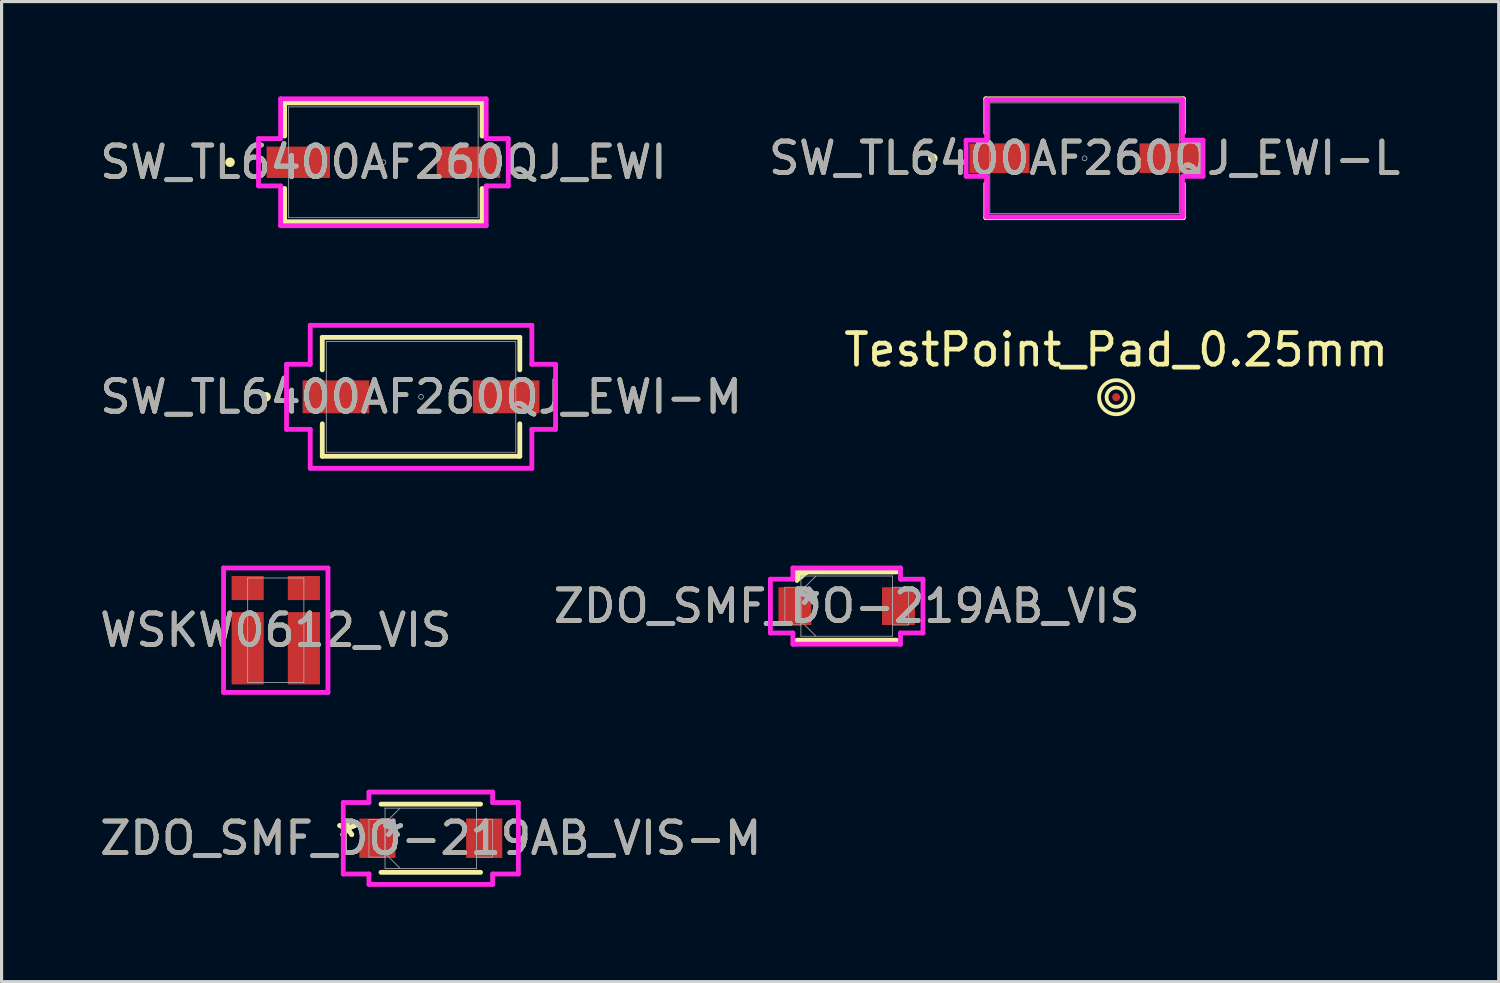
<source format=kicad_pcb>
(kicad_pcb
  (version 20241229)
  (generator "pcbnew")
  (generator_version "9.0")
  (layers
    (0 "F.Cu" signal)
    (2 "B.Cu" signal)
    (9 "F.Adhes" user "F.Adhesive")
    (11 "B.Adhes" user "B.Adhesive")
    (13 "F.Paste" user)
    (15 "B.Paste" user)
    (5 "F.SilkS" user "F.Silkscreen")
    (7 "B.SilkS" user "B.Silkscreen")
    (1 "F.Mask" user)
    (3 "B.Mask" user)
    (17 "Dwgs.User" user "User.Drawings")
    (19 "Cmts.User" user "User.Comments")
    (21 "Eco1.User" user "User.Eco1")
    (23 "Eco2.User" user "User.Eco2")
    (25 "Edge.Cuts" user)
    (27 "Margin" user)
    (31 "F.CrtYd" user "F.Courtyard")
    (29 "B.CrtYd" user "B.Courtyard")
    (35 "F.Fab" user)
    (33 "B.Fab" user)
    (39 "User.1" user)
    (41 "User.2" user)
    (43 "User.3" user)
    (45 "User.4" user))
  (footprint "TestPoint_Pad_0.25mm"
    (layer "F.Cu")
    (at 32.256 8.514)
    (property "Reference" "TestPoint_Pad_0.25mm" (at 0 -0.5 0) (unlocked yes) (layer "F.SilkS") (effects (font (size 1 1) (thickness 0.15))))
    (attr smd)
    (fp_circle (center 0 1) (end 0.241 0.815) (stroke (width 0.12) (type default)) (fill no) (layer "F.SilkS"))
    (fp_circle (center 0 1) (end 0.459 0.718) (stroke (width 0.12) (type default)) (fill no) (layer "F.SilkS"))
    (pad "1" smd circle (at 0 1) (size 0.25 0.25) (layers "F.Cu" "F.Mask" "F.Paste")))
  (footprint "ZDO_SMF_DO-219AB_VIS"
    (layer "F.Cu")
    (at 23.732 16.122)
    (property "Reference" "ZDO_SMF_DO-219AB_VIS" (at 0 0 0) (unlocked yes) (layer "F.SilkS") (effects (font (size 1 1) (thickness 0.15))))
    (attr smd)
    (fp_line (start -1.575 -0.8) (end -1.275 -1.05) (stroke (width 0.12) (type default)) (layer "F.SilkS"))
    (fp_line (start -1.575 -1.079) (end -1.575 -0.8) (stroke (width 0.12) (type default)) (layer "F.SilkS"))
    (fp_line (start -1.575 1.079) (end 1.575 1.079) (stroke (width 0.152) (type solid)) (layer "F.SilkS"))
    (fp_line (start -1.275 -1.05) (end -1.575 -1.079) (stroke (width 0.12) (type default)) (layer "F.SilkS"))
    (fp_line (start 1.575 -1.079) (end -1.575 -1.079) (stroke (width 0.152) (type solid)) (layer "F.SilkS"))
    (fp_poly (pts (xy -1.425 -1.065) (xy -1.575 -0.94) (xy -1.425 -0.925)) (stroke (width 0.12) (type solid)) (fill yes) (layer "F.SilkS"))
    (fp_line (start -2.413 -0.851) (end -1.702 -0.851) (stroke (width 0.152) (type solid)) (layer "F.CrtYd"))
    (fp_line (start -2.413 0.851) (end -2.413 -0.851) (stroke (width 0.152) (type solid)) (layer "F.CrtYd"))
    (fp_line (start -1.702 -1.206) (end 1.702 -1.206) (stroke (width 0.152) (type solid)) (layer "F.CrtYd"))
    (fp_line (start -1.702 -0.851) (end -1.702 -1.206) (stroke (width 0.152) (type solid)) (layer "F.CrtYd"))
    (fp_line (start -1.702 0.851) (end -2.413 0.851) (stroke (width 0.152) (type solid)) (layer "F.CrtYd"))
    (fp_line (start -1.702 1.206) (end -1.702 0.851) (stroke (width 0.152) (type solid)) (layer "F.CrtYd"))
    (fp_line (start 1.702 -1.206) (end 1.702 -0.851) (stroke (width 0.152) (type solid)) (layer "F.CrtYd"))
    (fp_line (start 1.702 -0.851) (end 2.413 -0.851) (stroke (width 0.152) (type solid)) (layer "F.CrtYd"))
    (fp_line (start 1.702 0.851) (end 1.702 1.206) (stroke (width 0.152) (type solid)) (layer "F.CrtYd"))
    (fp_line (start 1.702 1.206) (end -1.702 1.206) (stroke (width 0.152) (type solid)) (layer "F.CrtYd"))
    (fp_line (start 2.413 -0.851) (end 2.413 0.851) (stroke (width 0.152) (type solid)) (layer "F.CrtYd"))
    (fp_line (start 2.413 0.851) (end 1.702 0.851) (stroke (width 0.152) (type solid)) (layer "F.CrtYd"))
    (fp_line (start -1.956 -0.597) (end -1.956 0.597) (stroke (width 0.025) (type solid)) (layer "F.Fab"))
    (fp_line (start -1.956 0.597) (end -1.448 0.597) (stroke (width 0.025) (type solid)) (layer "F.Fab"))
    (fp_line (start -1.448 -0.953) (end -1.448 0.953) (stroke (width 0.025) (type solid)) (layer "F.Fab"))
    (fp_line (start -1.448 -0.597) (end -1.956 -0.597) (stroke (width 0.025) (type solid)) (layer "F.Fab"))
    (fp_line (start -1.448 -0.476) (end -0.972 -0.953) (stroke (width 0.025) (type solid)) (layer "F.Fab"))
    (fp_line (start -1.448 0.476) (end -0.972 0.953) (stroke (width 0.025) (type solid)) (layer "F.Fab"))
    (fp_line (start -1.448 0.597) (end -1.448 -0.597) (stroke (width 0.025) (type solid)) (layer "F.Fab"))
    (fp_line (start -1.448 0.953) (end 1.448 0.953) (stroke (width 0.025) (type solid)) (layer "F.Fab"))
    (fp_line (start 1.448 -0.953) (end -1.448 -0.953) (stroke (width 0.025) (type solid)) (layer "F.Fab"))
    (fp_line (start 1.448 -0.597) (end 1.448 0.597) (stroke (width 0.025) (type solid)) (layer "F.Fab"))
    (fp_line (start 1.448 0.597) (end 1.956 0.597) (stroke (width 0.025) (type solid)) (layer "F.Fab"))
    (fp_line (start 1.448 0.953) (end 1.448 -0.953) (stroke (width 0.025) (type solid)) (layer "F.Fab"))
    (fp_line (start 1.956 -0.597) (end 1.448 -0.597) (stroke (width 0.025) (type solid)) (layer "F.Fab"))
    (fp_line (start 1.956 0.597) (end 1.956 -0.597) (stroke (width 0.025) (type solid)) (layer "F.Fab"))
    (fp_text user "*" (at -1.194 0 0) (unlocked yes) (layer "F.Fab") (effects (font (size 1 1) (thickness 0.15))))
    (fp_text user "${REFERENCE}" (at 0 0 0) (unlocked yes) (layer "F.Fab") (effects (font (size 1 1) (thickness 0.15))))
    (fp_text user "*" (at -1.194 0 0) (layer "F.Fab") (effects (font (size 1 1) (thickness 0.15))))
    (pad "1" smd rect (at -1.638 0) (size 1.041 1.194) (layers "F.Cu" "F.Mask" "F.Paste"))
    (pad "2" smd rect (at 1.638 0) (size 1.041 1.194) (layers "F.Cu" "F.Mask" "F.Paste"))
    (zone (net_name "") (layer "F.Cu") (hatch full 0.508) (connect_pads) (min_thickness 0.254) (filled_areas_thickness no) (keepout (tracks not_allowed) (vias not_allowed) (pads allowed) (copperpour not_allowed) (footprints allowed)) (placement (enabled no)) (fill) (polygon (pts (xy 22.665 15.22) (xy 24.799 15.22) (xy 24.799 17.024) (xy 22.665 17.024)))))
  (footprint "SW_TL6400AF260QJ_EWI-M"
    (layer "F.Cu")
    (at 10.268 9.502)
    (property "Reference" "SW_TL6400AF260QJ_EWI-M" (at 0 0 0) (unlocked yes) (layer "F.SilkS") (effects (font (size 1 1) (thickness 0.15))))
    (attr smd)
    (fp_line (start -3.124 -1.88) (end -3.124 -0.853) (stroke (width 0.152) (type solid)) (layer "F.SilkS"))
    (fp_line (start -3.124 0.853) (end -3.124 1.88) (stroke (width 0.152) (type solid)) (layer "F.SilkS"))
    (fp_line (start -3.124 1.88) (end 3.124 1.88) (stroke (width 0.152) (type solid)) (layer "F.SilkS"))
    (fp_line (start 3.124 -1.88) (end -3.124 -1.88) (stroke (width 0.152) (type solid)) (layer "F.SilkS"))
    (fp_line (start 3.124 -0.853) (end 3.124 -1.88) (stroke (width 0.152) (type solid)) (layer "F.SilkS"))
    (fp_line (start 3.124 1.88) (end 3.124 0.853) (stroke (width 0.152) (type solid)) (layer "F.SilkS"))
    (fp_circle (center -4.902 0) (end -4.826 0) (stroke (width 0.152) (type solid)) (fill no) (layer "F.SilkS"))
    (fp_line (start -4.255 -1.029) (end -3.505 -1.029) (stroke (width 0.152) (type solid)) (layer "F.CrtYd"))
    (fp_line (start -4.255 1.029) (end -4.255 -1.029) (stroke (width 0.152) (type solid)) (layer "F.CrtYd"))
    (fp_line (start -4.255 1.029) (end -3.505 1.029) (stroke (width 0.152) (type solid)) (layer "F.CrtYd"))
    (fp_line (start -3.505 -2.261) (end 3.505 -2.261) (stroke (width 0.152) (type solid)) (layer "F.CrtYd"))
    (fp_line (start -3.505 -1.029) (end -3.505 -2.261) (stroke (width 0.152) (type solid)) (layer "F.CrtYd"))
    (fp_line (start -3.505 2.261) (end -3.505 1.029) (stroke (width 0.152) (type solid)) (layer "F.CrtYd"))
    (fp_line (start 3.505 -2.261) (end 3.505 -1.029) (stroke (width 0.152) (type solid)) (layer "F.CrtYd"))
    (fp_line (start 3.505 1.029) (end 3.505 2.261) (stroke (width 0.152) (type solid)) (layer "F.CrtYd"))
    (fp_line (start 3.505 2.261) (end -3.505 2.261) (stroke (width 0.152) (type solid)) (layer "F.CrtYd"))
    (fp_line (start 4.255 -1.029) (end 3.505 -1.029) (stroke (width 0.152) (type solid)) (layer "F.CrtYd"))
    (fp_line (start 4.255 -1.029) (end 4.255 1.029) (stroke (width 0.152) (type solid)) (layer "F.CrtYd"))
    (fp_line (start 4.255 1.029) (end 3.505 1.029) (stroke (width 0.152) (type solid)) (layer "F.CrtYd"))
    (fp_line (start -2.997 -1.753) (end -2.997 1.753) (stroke (width 0.025) (type solid)) (layer "F.Fab"))
    (fp_line (start -2.997 1.753) (end 2.997 1.753) (stroke (width 0.025) (type solid)) (layer "F.Fab"))
    (fp_line (start 2.997 -1.753) (end -2.997 -1.753) (stroke (width 0.025) (type solid)) (layer "F.Fab"))
    (fp_line (start 2.997 1.753) (end 2.997 -1.753) (stroke (width 0.025) (type solid)) (layer "F.Fab"))
    (fp_circle (center 0 0) (end 0.076 0) (stroke (width 0.025) (type solid)) (fill no) (layer "F.Fab"))
    (fp_text user "${REFERENCE}" (at 0 0 0) (unlocked yes) (layer "F.Fab") (effects (font (size 1 1) (thickness 0.15))))
    (pad "1" smd rect (at -2.692 0) (size 2.108 1.041) (layers "F.Cu" "F.Mask" "F.Paste"))
    (pad "2" smd rect (at 2.692 0) (size 2.108 1.041) (layers "F.Cu" "F.Mask" "F.Paste")))
  (footprint "ZDO_SMF_DO-219AB_VIS-M"
    (layer "F.Cu")
    (at 10.577 23.465)
    (property "Reference" "ZDO_SMF_DO-219AB_VIS-M" (at 0 0 0) (unlocked yes) (layer "F.SilkS") (effects (font (size 1 1) (thickness 0.15))))
    (attr smd)
    (fp_line (start -1.575 1.079) (end 1.575 1.079) (stroke (width 0.152) (type solid)) (layer "F.SilkS"))
    (fp_line (start 1.575 -1.079) (end -1.575 -1.079) (stroke (width 0.152) (type solid)) (layer "F.SilkS"))
    (fp_line (start -2.769 -1.13) (end -1.956 -1.13) (stroke (width 0.152) (type solid)) (layer "F.CrtYd"))
    (fp_line (start -2.769 1.13) (end -2.769 -1.13) (stroke (width 0.152) (type solid)) (layer "F.CrtYd"))
    (fp_line (start -1.956 -1.46) (end 1.956 -1.46) (stroke (width 0.152) (type solid)) (layer "F.CrtYd"))
    (fp_line (start -1.956 -1.13) (end -1.956 -1.46) (stroke (width 0.152) (type solid)) (layer "F.CrtYd"))
    (fp_line (start -1.956 1.13) (end -2.769 1.13) (stroke (width 0.152) (type solid)) (layer "F.CrtYd"))
    (fp_line (start -1.956 1.46) (end -1.956 1.13) (stroke (width 0.152) (type solid)) (layer "F.CrtYd"))
    (fp_line (start 1.956 -1.46) (end 1.956 -1.13) (stroke (width 0.152) (type solid)) (layer "F.CrtYd"))
    (fp_line (start 1.956 -1.13) (end 2.769 -1.13) (stroke (width 0.152) (type solid)) (layer "F.CrtYd"))
    (fp_line (start 1.956 1.13) (end 1.956 1.46) (stroke (width 0.152) (type solid)) (layer "F.CrtYd"))
    (fp_line (start 1.956 1.46) (end -1.956 1.46) (stroke (width 0.152) (type solid)) (layer "F.CrtYd"))
    (fp_line (start 2.769 -1.13) (end 2.769 1.13) (stroke (width 0.152) (type solid)) (layer "F.CrtYd"))
    (fp_line (start 2.769 1.13) (end 1.956 1.13) (stroke (width 0.152) (type solid)) (layer "F.CrtYd"))
    (fp_line (start -1.956 -0.597) (end -1.956 0.597) (stroke (width 0.025) (type solid)) (layer "F.Fab"))
    (fp_line (start -1.956 0.597) (end -1.448 0.597) (stroke (width 0.025) (type solid)) (layer "F.Fab"))
    (fp_line (start -1.448 -0.953) (end -1.448 0.953) (stroke (width 0.025) (type solid)) (layer "F.Fab"))
    (fp_line (start -1.448 -0.597) (end -1.956 -0.597) (stroke (width 0.025) (type solid)) (layer "F.Fab"))
    (fp_line (start -1.448 -0.476) (end -0.972 -0.953) (stroke (width 0.025) (type solid)) (layer "F.Fab"))
    (fp_line (start -1.448 0.476) (end -0.972 0.953) (stroke (width 0.025) (type solid)) (layer "F.Fab"))
    (fp_line (start -1.448 0.597) (end -1.448 -0.597) (stroke (width 0.025) (type solid)) (layer "F.Fab"))
    (fp_line (start -1.448 0.953) (end 1.448 0.953) (stroke (width 0.025) (type solid)) (layer "F.Fab"))
    (fp_line (start 1.448 -0.953) (end -1.448 -0.953) (stroke (width 0.025) (type solid)) (layer "F.Fab"))
    (fp_line (start 1.448 -0.597) (end 1.448 0.597) (stroke (width 0.025) (type solid)) (layer "F.Fab"))
    (fp_line (start 1.448 0.597) (end 1.956 0.597) (stroke (width 0.025) (type solid)) (layer "F.Fab"))
    (fp_line (start 1.448 0.953) (end 1.448 -0.953) (stroke (width 0.025) (type solid)) (layer "F.Fab"))
    (fp_line (start 1.956 -0.597) (end 1.448 -0.597) (stroke (width 0.025) (type solid)) (layer "F.Fab"))
    (fp_line (start 1.956 0.597) (end 1.956 -0.597) (stroke (width 0.025) (type solid)) (layer "F.Fab"))
    (fp_text user "*" (at -2.642 0 0) (layer "F.SilkS") (effects (font (size 1 1) (thickness 0.15))))
    (fp_text user "*" (at -2.642 0 0) (unlocked yes) (layer "F.SilkS") (effects (font (size 1 1) (thickness 0.15))))
    (fp_text user "${REFERENCE}" (at 0 0 0) (unlocked yes) (layer "F.Fab") (effects (font (size 1 1) (thickness 0.15))))
    (fp_text user "*" (at -1.194 0 0) (unlocked yes) (layer "F.Fab") (effects (font (size 1 1) (thickness 0.15))))
    (fp_text user "*" (at -1.194 0 0) (layer "F.Fab") (effects (font (size 1 1) (thickness 0.15))))
    (pad "1" smd rect (at -1.689 0) (size 1.143 1.245) (layers "F.Cu" "F.Mask" "F.Paste"))
    (pad "2" smd rect (at 1.689 0) (size 1.143 1.245) (layers "F.Cu" "F.Mask" "F.Paste"))
    (zone (net_name "") (layer "F.Cu") (hatch full 0.508) (connect_pads) (min_thickness 0.254) (filled_areas_thickness no) (keepout (tracks not_allowed) (vias not_allowed) (pads allowed) (copperpour not_allowed) (footprints allowed)) (placement (enabled no)) (fill) (polygon (pts (xy 9.511 22.564) (xy 11.644 22.564) (xy 11.644 24.367) (xy 9.511 24.367)))))
  (footprint "WSKW0612_VIS"
    (layer "F.Cu")
    (at 5.673 16.884)
    (property "Reference" "WSKW0612_VIS" (at 0 0 0) (unlocked yes) (layer "F.SilkS") (effects (font (size 1 1) (thickness 0.15))))
    (attr smd)
    (fp_line (start -1.651 -1.968) (end 1.651 -1.968) (stroke (width 0.152) (type solid)) (layer "F.CrtYd"))
    (fp_line (start -1.651 1.968) (end -1.651 -1.968) (stroke (width 0.152) (type solid)) (layer "F.CrtYd"))
    (fp_line (start 1.651 -1.968) (end 1.651 1.968) (stroke (width 0.152) (type solid)) (layer "F.CrtYd"))
    (fp_line (start 1.651 1.968) (end -1.651 1.968) (stroke (width 0.152) (type solid)) (layer "F.CrtYd"))
    (fp_line (start -0.889 -1.651) (end -0.889 1.651) (stroke (width 0.025) (type solid)) (layer "F.Fab"))
    (fp_line (start -0.889 1.651) (end 0.889 1.651) (stroke (width 0.025) (type solid)) (layer "F.Fab"))
    (fp_line (start 0.889 -1.651) (end -0.889 -1.651) (stroke (width 0.025) (type solid)) (layer "F.Fab"))
    (fp_line (start 0.889 1.651) (end 0.889 -1.651) (stroke (width 0.025) (type solid)) (layer "F.Fab"))
    (fp_text user "${REFERENCE}" (at 0 0 0) (unlocked yes) (layer "F.Fab") (effects (font (size 1 1) (thickness 0.15))))
    (pad "1" smd rect (at -0.889 0.572) (size 1.016 2.286) (layers "F.Cu" "F.Mask" "F.Paste"))
    (pad "2" smd rect (at -0.889 -1.333) (size 1.016 0.762) (layers "F.Cu" "F.Mask" "F.Paste"))
    (pad "3" smd rect (at 0.889 -1.333) (size 1.016 0.762) (layers "F.Cu" "F.Mask" "F.Paste"))
    (pad "4" smd rect (at 0.889 0.572) (size 1.016 2.286) (layers "F.Cu" "F.Mask" "F.Paste"))
    (zone (net_name "") (layer "F.Cu") (hatch full 0.508) (connect_pads) (min_thickness 0.254) (filled_areas_thickness no) (keepout (tracks not_allowed) (vias not_allowed) (pads allowed) (copperpour not_allowed) (footprints allowed)) (placement (enabled no)) (fill) (polygon (pts (xy 5.342 15.284) (xy 6.003 15.284) (xy 6.003 18.484) (xy 5.342 18.484)))))
  (footprint "SW_TL6400AF260QJ_EWI"
    (layer "F.Cu")
    (at 9.077 2.083)
    (property "Reference" "SW_TL6400AF260QJ_EWI" (at 0 0 0) (unlocked yes) (layer "F.SilkS") (effects (font (size 1 1) (thickness 0.15))))
    (attr smd)
    (fp_line (start -3.124 -1.88) (end -3.124 -0.828) (stroke (width 0.152) (type solid)) (layer "F.SilkS"))
    (fp_line (start -3.124 0.828) (end -3.124 1.88) (stroke (width 0.152) (type solid)) (layer "F.SilkS"))
    (fp_line (start -3.124 1.88) (end 3.124 1.88) (stroke (width 0.152) (type solid)) (layer "F.SilkS"))
    (fp_line (start 3.124 -1.88) (end -3.124 -1.88) (stroke (width 0.152) (type solid)) (layer "F.SilkS"))
    (fp_line (start 3.124 -0.828) (end 3.124 -1.88) (stroke (width 0.152) (type solid)) (layer "F.SilkS"))
    (fp_line (start 3.124 1.88) (end 3.124 0.828) (stroke (width 0.152) (type solid)) (layer "F.SilkS"))
    (fp_circle (center -4.851 0) (end -4.775 0) (stroke (width 0.152) (type solid)) (fill no) (layer "F.SilkS"))
    (fp_line (start -3.95 -0.749) (end -3.251 -0.749) (stroke (width 0.152) (type solid)) (layer "F.CrtYd"))
    (fp_line (start -3.95 0.749) (end -3.95 -0.749) (stroke (width 0.152) (type solid)) (layer "F.CrtYd"))
    (fp_line (start -3.95 0.749) (end -3.251 0.749) (stroke (width 0.152) (type solid)) (layer "F.CrtYd"))
    (fp_line (start -3.251 -2.007) (end 3.251 -2.007) (stroke (width 0.152) (type solid)) (layer "F.CrtYd"))
    (fp_line (start -3.251 -0.749) (end -3.251 -2.007) (stroke (width 0.152) (type solid)) (layer "F.CrtYd"))
    (fp_line (start -3.251 2.007) (end -3.251 0.749) (stroke (width 0.152) (type solid)) (layer "F.CrtYd"))
    (fp_line (start 3.251 -2.007) (end 3.251 -0.749) (stroke (width 0.152) (type solid)) (layer "F.CrtYd"))
    (fp_line (start 3.251 0.749) (end 3.251 2.007) (stroke (width 0.152) (type solid)) (layer "F.CrtYd"))
    (fp_line (start 3.251 2.007) (end -3.251 2.007) (stroke (width 0.152) (type solid)) (layer "F.CrtYd"))
    (fp_line (start 3.95 -0.749) (end 3.251 -0.749) (stroke (width 0.152) (type solid)) (layer "F.CrtYd"))
    (fp_line (start 3.95 -0.749) (end 3.95 0.749) (stroke (width 0.152) (type solid)) (layer "F.CrtYd"))
    (fp_line (start 3.95 0.749) (end 3.251 0.749) (stroke (width 0.152) (type solid)) (layer "F.CrtYd"))
    (fp_line (start -2.997 -1.753) (end -2.997 1.753) (stroke (width 0.025) (type solid)) (layer "F.Fab"))
    (fp_line (start -2.997 1.753) (end 2.997 1.753) (stroke (width 0.025) (type solid)) (layer "F.Fab"))
    (fp_line (start 2.997 -1.753) (end -2.997 -1.753) (stroke (width 0.025) (type solid)) (layer "F.Fab"))
    (fp_line (start 2.997 1.753) (end 2.997 -1.753) (stroke (width 0.025) (type solid)) (layer "F.Fab"))
    (fp_circle (center 0 0) (end 0.076 0) (stroke (width 0.025) (type solid)) (fill no) (layer "F.Fab"))
    (fp_text user "${REFERENCE}" (at 0 0 0) (unlocked yes) (layer "F.Fab") (effects (font (size 1 1) (thickness 0.15))))
    (pad "1" smd rect (at -2.692 0) (size 2.007 0.991) (layers "F.Cu" "F.Mask" "F.Paste"))
    (pad "2" smd rect (at 2.692 0) (size 2.007 0.991) (layers "F.Cu" "F.Mask" "F.Paste")))
  (footprint "SW_TL6400AF260QJ_EWI-L"
    (layer "F.Cu")
    (at 31.256 1.956)
    (property "Reference" "SW_TL6400AF260QJ_EWI-L" (at 0 0 0) (unlocked yes) (layer "F.SilkS") (effects (font (size 1 1) (thickness 0.15))))
    (attr smd)
    (fp_line (start -3.124 -1.88) (end -3.124 -0.803) (stroke (width 0.152) (type solid)) (layer "F.SilkS"))
    (fp_line (start -3.124 0.803) (end -3.124 1.88) (stroke (width 0.152) (type solid)) (layer "F.SilkS"))
    (fp_line (start -3.124 1.88) (end 3.124 1.88) (stroke (width 0.152) (type solid)) (layer "F.SilkS"))
    (fp_line (start 3.124 -1.88) (end -3.124 -1.88) (stroke (width 0.152) (type solid)) (layer "F.SilkS"))
    (fp_line (start 3.124 -0.803) (end 3.124 -1.88) (stroke (width 0.152) (type solid)) (layer "F.SilkS"))
    (fp_line (start 3.124 1.88) (end 3.124 0.803) (stroke (width 0.152) (type solid)) (layer "F.SilkS"))
    (fp_circle (center -4.801 0) (end -4.724 0) (stroke (width 0.152) (type solid)) (fill no) (layer "F.SilkS"))
    (fp_line (start -3.747 -0.572) (end -3.099 -0.572) (stroke (width 0.152) (type solid)) (layer "F.CrtYd"))
    (fp_line (start -3.747 0.572) (end -3.747 -0.572) (stroke (width 0.152) (type solid)) (layer "F.CrtYd"))
    (fp_line (start -3.747 0.572) (end -3.099 0.572) (stroke (width 0.152) (type solid)) (layer "F.CrtYd"))
    (fp_line (start -3.099 -1.854) (end 3.099 -1.854) (stroke (width 0.152) (type solid)) (layer "F.CrtYd"))
    (fp_line (start -3.099 -0.572) (end -3.099 -1.854) (stroke (width 0.152) (type solid)) (layer "F.CrtYd"))
    (fp_line (start -3.099 1.854) (end -3.099 0.572) (stroke (width 0.152) (type solid)) (layer "F.CrtYd"))
    (fp_line (start 3.099 -1.854) (end 3.099 -0.572) (stroke (width 0.152) (type solid)) (layer "F.CrtYd"))
    (fp_line (start 3.099 0.572) (end 3.099 1.854) (stroke (width 0.152) (type solid)) (layer "F.CrtYd"))
    (fp_line (start 3.099 1.854) (end -3.099 1.854) (stroke (width 0.152) (type solid)) (layer "F.CrtYd"))
    (fp_line (start 3.747 -0.572) (end 3.099 -0.572) (stroke (width 0.152) (type solid)) (layer "F.CrtYd"))
    (fp_line (start 3.747 -0.572) (end 3.747 0.572) (stroke (width 0.152) (type solid)) (layer "F.CrtYd"))
    (fp_line (start 3.747 0.572) (end 3.099 0.572) (stroke (width 0.152) (type solid)) (layer "F.CrtYd"))
    (fp_line (start -2.997 -1.753) (end -2.997 1.753) (stroke (width 0.025) (type solid)) (layer "F.Fab"))
    (fp_line (start -2.997 1.753) (end 2.997 1.753) (stroke (width 0.025) (type solid)) (layer "F.Fab"))
    (fp_line (start 2.997 -1.753) (end -2.997 -1.753) (stroke (width 0.025) (type solid)) (layer "F.Fab"))
    (fp_line (start 2.997 1.753) (end 2.997 -1.753) (stroke (width 0.025) (type solid)) (layer "F.Fab"))
    (fp_circle (center 0 0) (end 0.076 0) (stroke (width 0.025) (type solid)) (fill no) (layer "F.Fab"))
    (fp_text user "${REFERENCE}" (at 0 0 0) (unlocked yes) (layer "F.Fab") (effects (font (size 1 1) (thickness 0.15))))
    (pad "1" smd rect (at -2.692 0) (size 1.905 0.94) (layers "F.Cu" "F.Mask" "F.Paste"))
    (pad "2" smd rect (at 2.692 0) (size 1.905 0.94) (layers "F.Cu" "F.Mask" "F.Paste")))
  (gr_rect
    (start -3 -3)
    (end 44.357 28.002)
    (stroke (width 0.1) (type default))
    (fill no)
    (layer "Edge.Cuts")))
</source>
